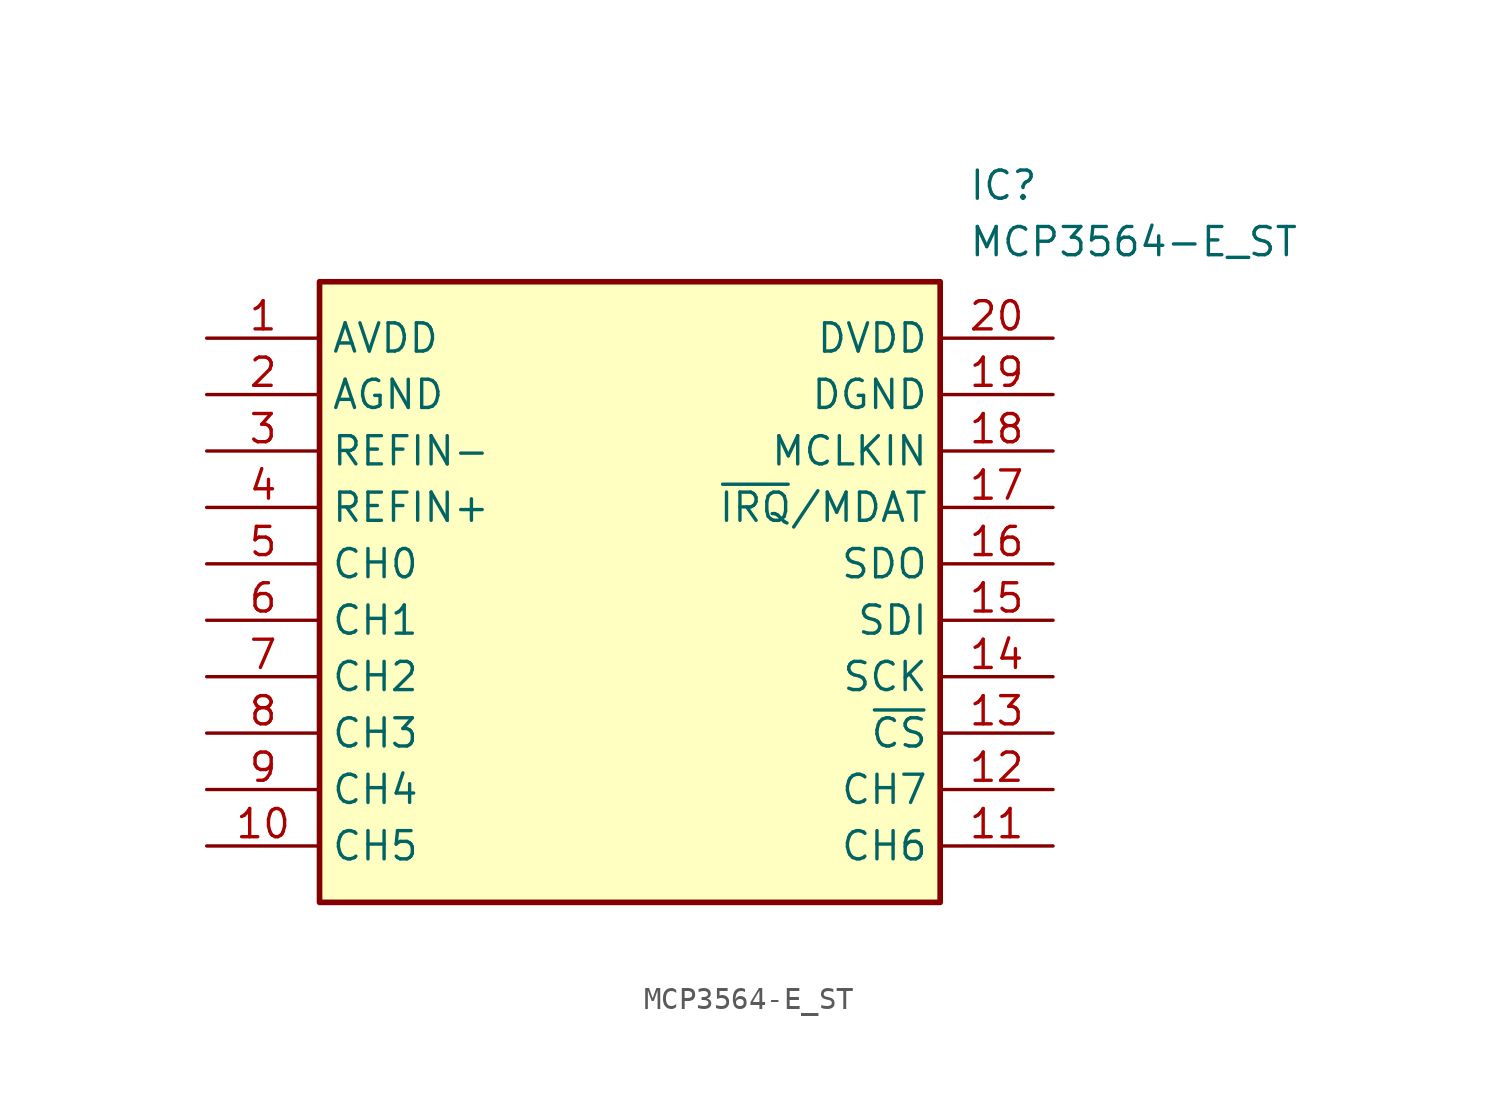
<source format=kicad_sym>
(kicad_symbol_lib
  (version 20211014)
  (generator SamacSys_ECAD_Model)
  (symbol "MCP3564-E_ST"
    (property "Reference" "IC"
      (at 34.29 7.62 0)
      (effects (font (size 1.27 1.27)) (justify left top)))
    (property "Value" "MCP3564-E_ST"
      (at 34.29 5.08 0)
      (effects (font (size 1.27 1.27)) (justify left top)))
    (rectangle
      (start 5.08 2.54)
      (end 33.02 -25.4)
      (stroke (width 0.254) (type default))
      (fill (type background)))
    (pin passive line
      (at 0 0 0)
      (length 5.08)
      (name "AVDD" (effects (font (size 1.27 1.27))))
      (number "1" (effects (font (size 1.27 1.27)))))
    (pin passive line
      (at 0 -2.54 0)
      (length 5.08)
      (name "AGND" (effects (font (size 1.27 1.27))))
      (number "2" (effects (font (size 1.27 1.27)))))
    (pin passive line
      (at 0 -5.08 0)
      (length 5.08)
      (name "REFIN-" (effects (font (size 1.27 1.27))))
      (number "3" (effects (font (size 1.27 1.27)))))
    (pin passive line
      (at 0 -7.62 0)
      (length 5.08)
      (name "REFIN+" (effects (font (size 1.27 1.27))))
      (number "4" (effects (font (size 1.27 1.27)))))
    (pin passive line
      (at 0 -10.16 0)
      (length 5.08)
      (name "CH0" (effects (font (size 1.27 1.27))))
      (number "5" (effects (font (size 1.27 1.27)))))
    (pin passive line
      (at 0 -12.7 0)
      (length 5.08)
      (name "CH1" (effects (font (size 1.27 1.27))))
      (number "6" (effects (font (size 1.27 1.27)))))
    (pin passive line
      (at 0 -15.24 0)
      (length 5.08)
      (name "CH2" (effects (font (size 1.27 1.27))))
      (number "7" (effects (font (size 1.27 1.27)))))
    (pin passive line
      (at 0 -17.78 0)
      (length 5.08)
      (name "CH3" (effects (font (size 1.27 1.27))))
      (number "8" (effects (font (size 1.27 1.27)))))
    (pin passive line
      (at 0 -20.32 0)
      (length 5.08)
      (name "CH4" (effects (font (size 1.27 1.27))))
      (number "9" (effects (font (size 1.27 1.27)))))
    (pin passive line
      (at 0 -22.86 0)
      (length 5.08)
      (name "CH5" (effects (font (size 1.27 1.27))))
      (number "10" (effects (font (size 1.27 1.27)))))
    (pin passive line
      (at 38.1 0 180)
      (length 5.08)
      (name "DVDD" (effects (font (size 1.27 1.27))))
      (number "20" (effects (font (size 1.27 1.27)))))
    (pin passive line
      (at 38.1 -2.54 180)
      (length 5.08)
      (name "DGND" (effects (font (size 1.27 1.27))))
      (number "19" (effects (font (size 1.27 1.27)))))
    (pin passive line
      (at 38.1 -5.08 180)
      (length 5.08)
      (name "MCLKIN" (effects (font (size 1.27 1.27))))
      (number "18" (effects (font (size 1.27 1.27)))))
    (pin passive line
      (at 38.1 -7.62 180)
      (length 5.08)
      (name "~{IRQ}/MDAT" (effects (font (size 1.27 1.27))))
      (number "17" (effects (font (size 1.27 1.27)))))
    (pin passive line
      (at 38.1 -10.16 180)
      (length 5.08)
      (name "SDO" (effects (font (size 1.27 1.27))))
      (number "16" (effects (font (size 1.27 1.27)))))
    (pin passive line
      (at 38.1 -12.7 180)
      (length 5.08)
      (name "SDI" (effects (font (size 1.27 1.27))))
      (number "15" (effects (font (size 1.27 1.27)))))
    (pin passive line
      (at 38.1 -15.24 180)
      (length 5.08)
      (name "SCK" (effects (font (size 1.27 1.27))))
      (number "14" (effects (font (size 1.27 1.27)))))
    (pin passive line
      (at 38.1 -17.78 180)
      (length 5.08)
      (name "~{CS}" (effects (font (size 1.27 1.27))))
      (number "13" (effects (font (size 1.27 1.27)))))
    (pin passive line
      (at 38.1 -20.32 180)
      (length 5.08)
      (name "CH7" (effects (font (size 1.27 1.27))))
      (number "12" (effects (font (size 1.27 1.27)))))
    (pin passive line
      (at 38.1 -22.86 180)
      (length 5.08)
      (name "CH6" (effects (font (size 1.27 1.27))))
      (number "11" (effects (font (size 1.27 1.27)))))))
</source>
